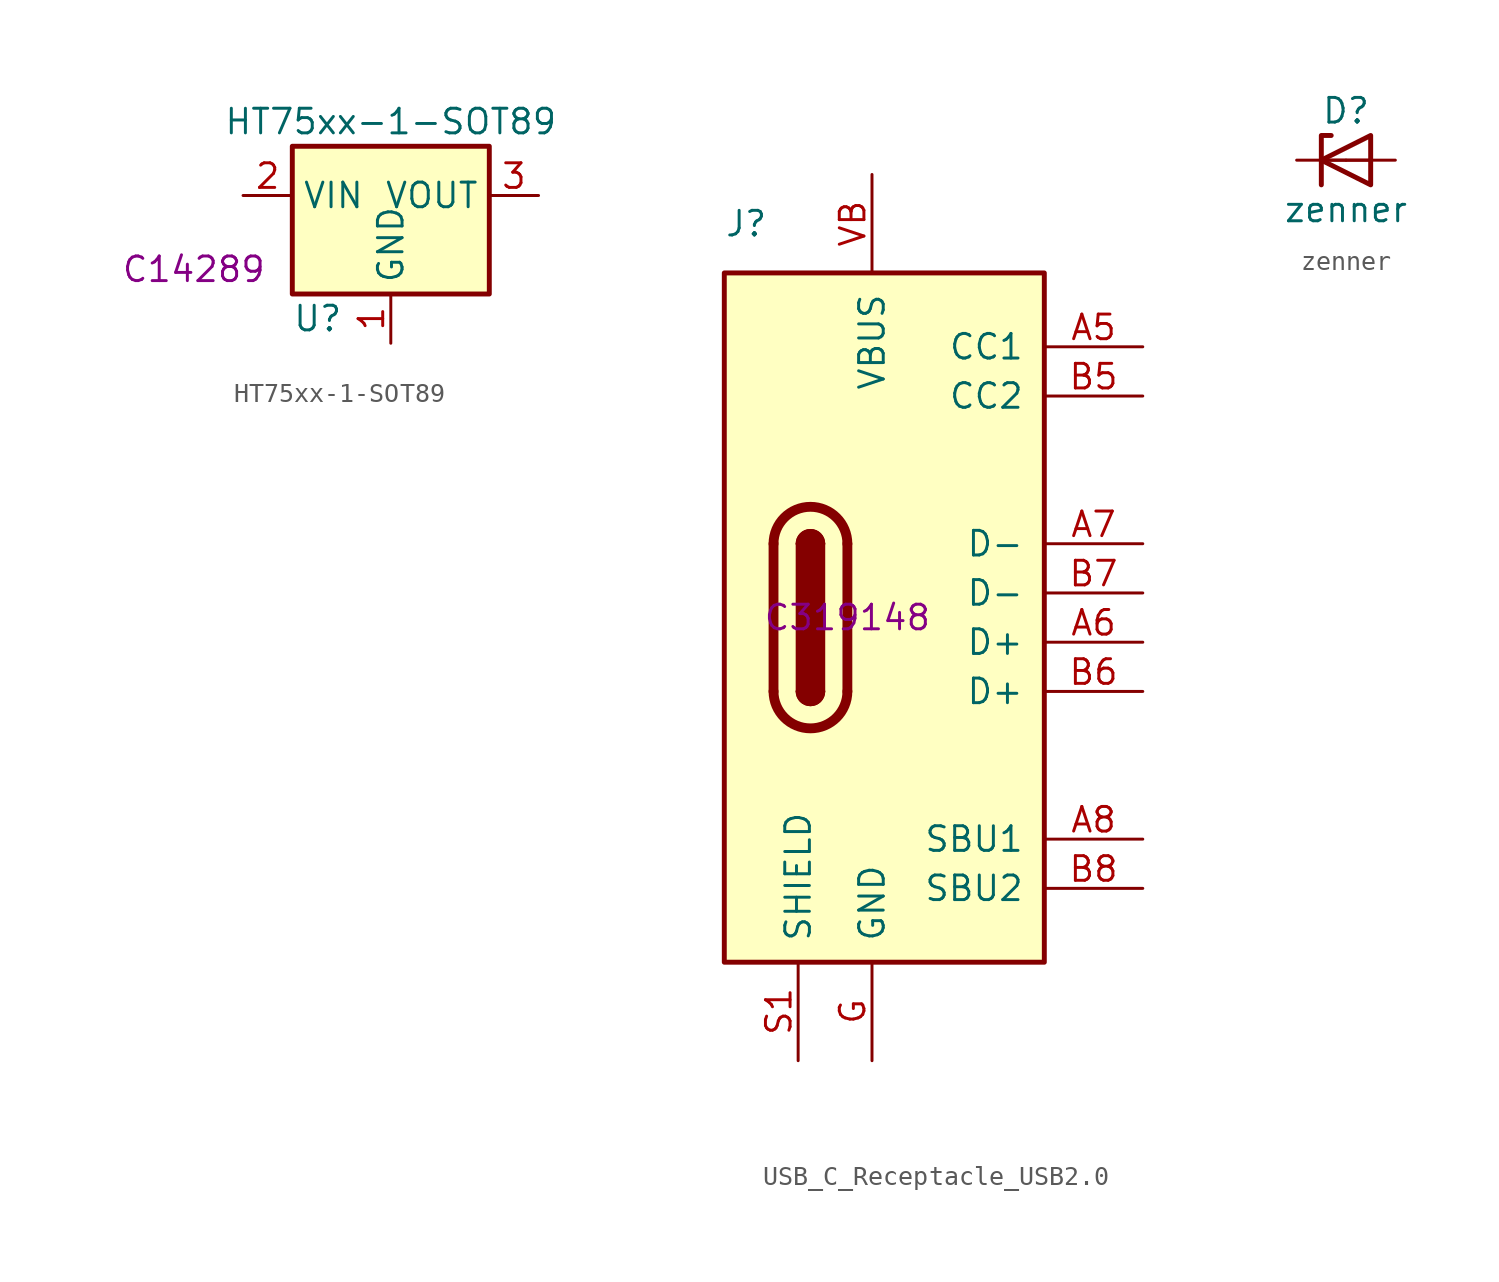
<source format=kicad_sym>
(kicad_symbol_lib
  (version 20211014)
  (generator kicad_symbol_editor)
  (symbol "HT75xx-1-SOT89"
    (property "Reference" "U"
      (at -5.08 -3.81 0)
      (effects (font (size 1.27 1.27)) (justify left)))
    (property "Value" "HT75xx-1-SOT89"
      (at 0 6.35 0)
      (effects (font (size 1.27 1.27))))
    (property "LCSC" "C14289"
      (at -10.16 -1.27 0)
      (effects (font (size 1.27 1.27))))
    (symbol "HT75xx-1-SOT89_0_1"
      (rectangle (start -5.08 5.08) (end 5.08 -2.54) (stroke (width 0.254) (type default) (color 0 0 0 0)) (fill (type background))))
    (symbol "HT75xx-1-SOT89_1_1"
      (pin power_in line (at 0 -5.08 90) (length 2.54) (name "GND" (effects (font (size 1.27 1.27)))) (number "1" (effects (font (size 1.27 1.27)))))
      (pin power_in line (at -7.62 2.54 0) (length 2.54) (name "VIN" (effects (font (size 1.27 1.27)))) (number "2" (effects (font (size 1.27 1.27)))))
      (pin power_out line (at 7.62 2.54 180) (length 2.54) (name "VOUT" (effects (font (size 1.27 1.27)))) (number "3" (effects (font (size 1.27 1.27)))))))
  (symbol "USB_C_Receptacle_USB2.0"
    (pin_names
      (offset 1.016))
    (property "Reference" "J"
      (at -6.35 20.32 0)
      (effects (font (size 1.27 1.27)) (justify left)))
    (property "LCSC" "C319148"
      (at 0 0 0)
      (effects (font (size 1.27 1.27))))
    (symbol "USB_C_Receptacle_USB2.0_0_1"
      (arc (start -3.81 -3.81) (mid -1.905 -5.715) (end 0 -3.81) (stroke (width 0.508) (type default) (color 0 0 0 0)) (fill (type none)))
      (arc (start -2.54 -3.81) (mid -1.905 -4.445) (end -1.27 -3.81) (stroke (width 0.254) (type default) (color 0 0 0 0)) (fill (type none)))
      (arc (start -2.54 -3.81) (mid -1.905 -4.445) (end -1.27 -3.81) (stroke (width 0.254) (type default) (color 0 0 0 0)) (fill (type outline)))
      (rectangle (start -2.54 -3.81) (end -1.27 3.81) (stroke (width 0.254) (type default) (color 0 0 0 0)) (fill (type outline)))
      (arc (start -1.27 3.81) (mid -1.905 4.445) (end -2.54 3.81) (stroke (width 0.254) (type default) (color 0 0 0 0)) (fill (type none)))
      (arc (start -1.27 3.81) (mid -1.905 4.445) (end -2.54 3.81) (stroke (width 0.254) (type default) (color 0 0 0 0)) (fill (type outline)))
      (polyline (pts (xy -3.81 -3.81) (xy -3.81 3.81)) (stroke (width 0.508) (type default) (color 0 0 0 0)) (fill (type none)))
      (polyline (pts (xy 0 3.81) (xy 0 -3.81)) (stroke (width 0.508) (type default) (color 0 0 0 0)) (fill (type none)))
      (arc (start 0 3.81) (mid -1.905 5.715) (end -3.81 3.81) (stroke (width 0.508) (type default) (color 0 0 0 0)) (fill (type none)))
      (rectangle (start 10.16 -17.78) (end -6.35 17.78) (stroke (width 0.254) (type default) (color 0 0 0 0)) (fill (type background))))
    (symbol "USB_C_Receptacle_USB2.0_1_1"
      (pin bidirectional line (at 15.24 13.97 180) (length 5.08) (name "CC1" (effects (font (size 1.27 1.27)))) (number "A5" (effects (font (size 1.27 1.27)))))
      (pin bidirectional line (at 15.24 -1.27 180) (length 5.08) (name "D+" (effects (font (size 1.27 1.27)))) (number "A6" (effects (font (size 1.27 1.27)))))
      (pin bidirectional line (at 15.24 3.81 180) (length 5.08) (name "D-" (effects (font (size 1.27 1.27)))) (number "A7" (effects (font (size 1.27 1.27)))))
      (pin bidirectional line (at 15.24 -11.43 180) (length 5.08) (name "SBU1" (effects (font (size 1.27 1.27)))) (number "A8" (effects (font (size 1.27 1.27)))))
      (pin bidirectional line (at 15.24 11.43 180) (length 5.08) (name "CC2" (effects (font (size 1.27 1.27)))) (number "B5" (effects (font (size 1.27 1.27)))))
      (pin bidirectional line (at 15.24 -3.81 180) (length 5.08) (name "D+" (effects (font (size 1.27 1.27)))) (number "B6" (effects (font (size 1.27 1.27)))))
      (pin bidirectional line (at 15.24 1.27 180) (length 5.08) (name "D-" (effects (font (size 1.27 1.27)))) (number "B7" (effects (font (size 1.27 1.27)))))
      (pin bidirectional line (at 15.24 -13.97 180) (length 5.08) (name "SBU2" (effects (font (size 1.27 1.27)))) (number "B8" (effects (font (size 1.27 1.27)))))
      (pin passive line (at 1.27 -22.86 90) (length 5.08) (name "GND" (effects (font (size 1.27 1.27)))) (number "G" (effects (font (size 1.27 1.27)))))
      (pin passive line (at -2.54 -22.86 90) (length 5.08) (name "SHIELD" (effects (font (size 1.27 1.27)))) (number "S1" (effects (font (size 1.27 1.27)))))
      (pin power_out line (at 1.27 22.86 270) (length 5.08) (name "VBUS" (effects (font (size 1.27 1.27)))) (number "VB" (effects (font (size 1.27 1.27)))))))
  (symbol "zenner"
    (pin_numbers hide)
    (pin_names
      (offset 1.016) hide)
    (property "Reference" "D"
      (at 0 2.54 0)
      (effects (font (size 1.27 1.27))))
    (property "Value" "zenner"
      (at 0 -2.54 0)
      (effects (font (size 1.27 1.27))))
    (symbol "zenner_0_1"
      (polyline (pts (xy 1.27 0) (xy -1.27 0)) (stroke (width 0) (type default) (color 0 0 0 0)) (fill (type none)))
      (polyline (pts (xy -1.27 -1.27) (xy -1.27 1.27) (xy -0.762 1.27)) (stroke (width 0.254) (type default) (color 0 0 0 0)) (fill (type none)))
      (polyline (pts (xy 1.27 -1.27) (xy 1.27 1.27) (xy -1.27 0) (xy 1.27 -1.27)) (stroke (width 0.254) (type default) (color 0 0 0 0)) (fill (type none))))
    (symbol "zenner_1_1"
      (pin passive line (at -2.54 0 0) (length 2.54) (name "K" (effects (font (size 1.27 1.27)))) (number "1" (effects (font (size 1.27 1.27)))))
      (pin passive line (at 2.54 0 180) (length 2.54) (name "A" (effects (font (size 1.27 1.27)))) (number "2" (effects (font (size 1.27 1.27))))))))
</source>
